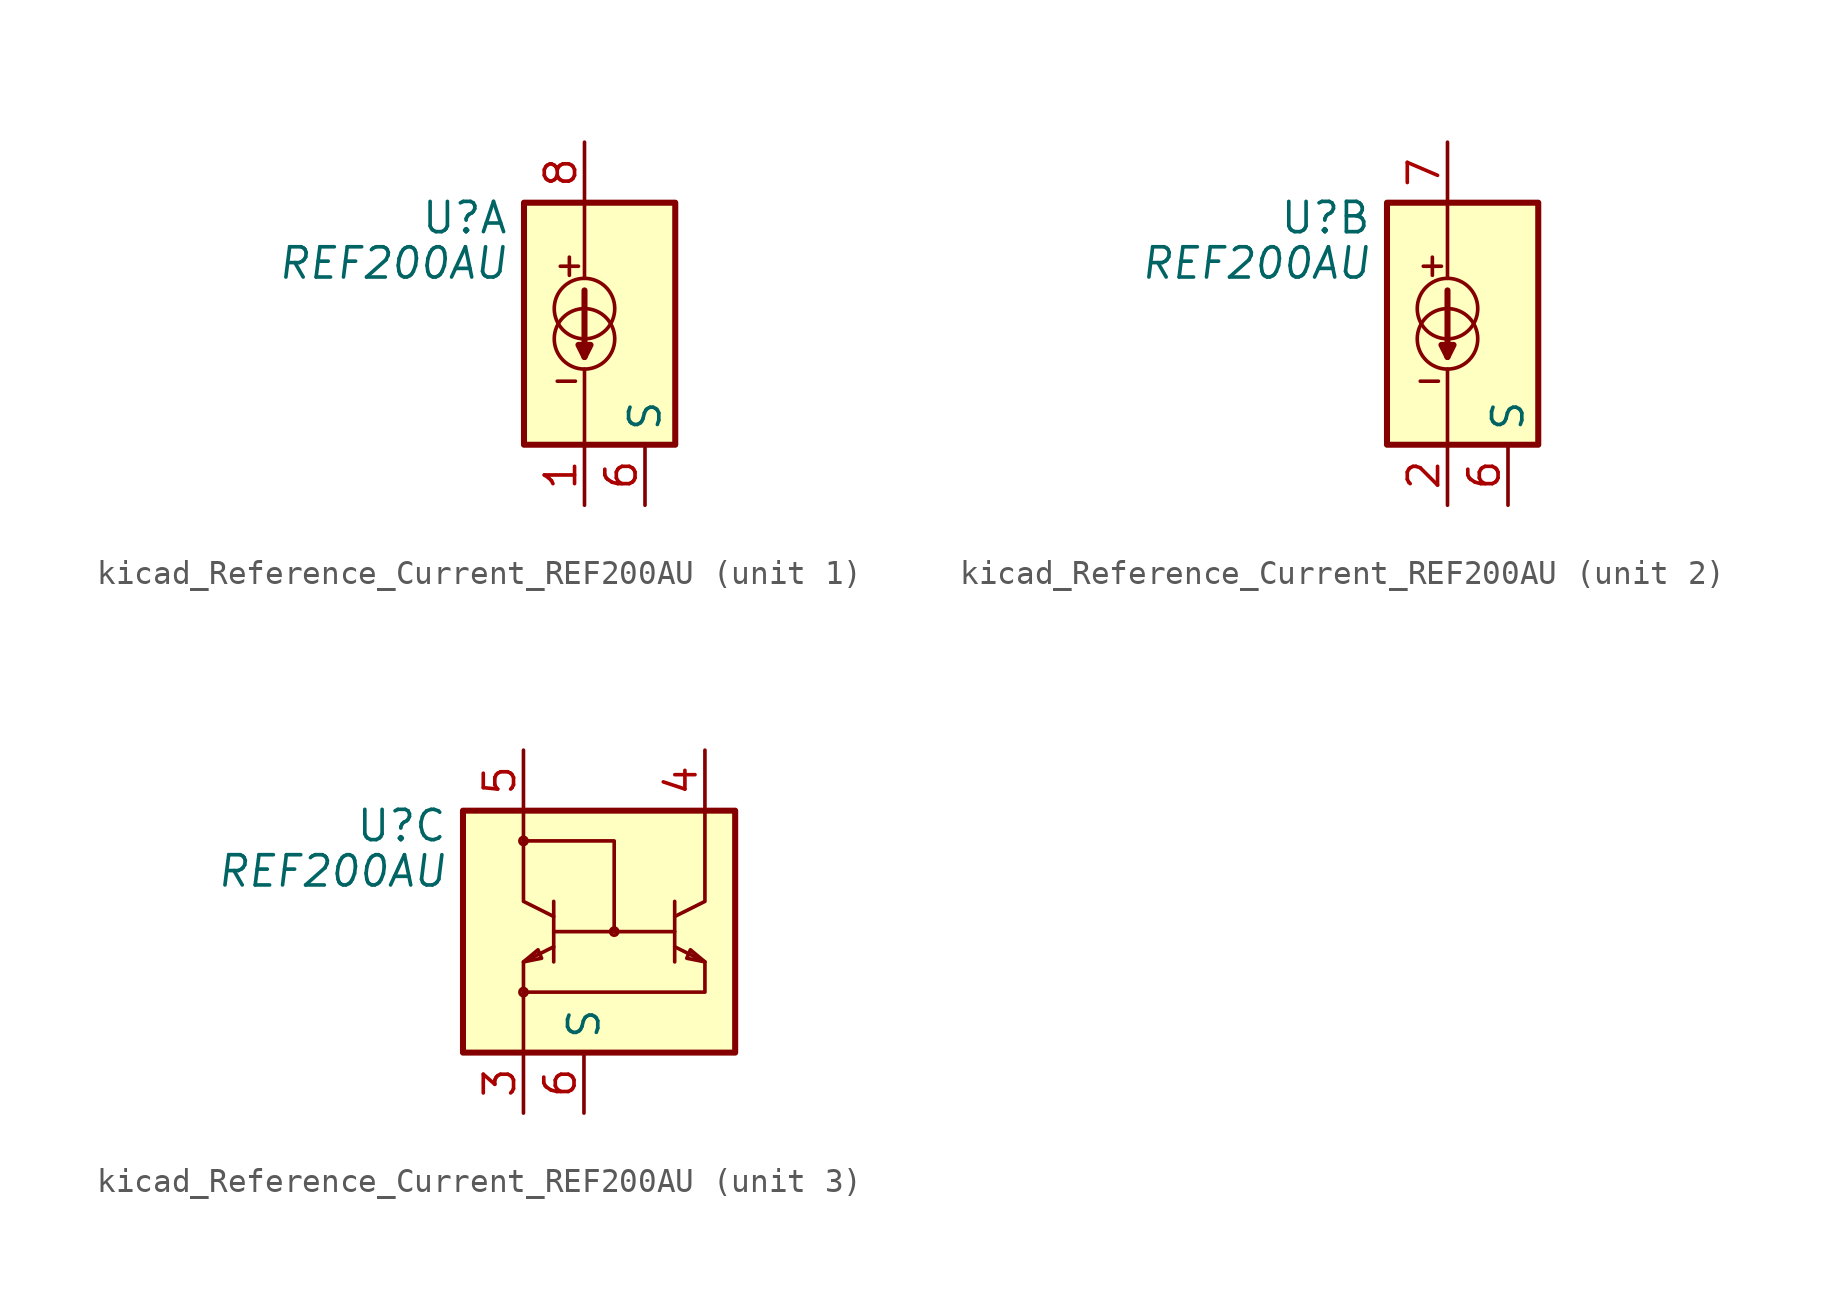
<source format=kicad_sym>
(kicad_symbol_lib
  (version 20220914)
  (generator kicad_symbol_editor)
  (symbol "kicad_Reference_Current_REF200AU"
    (property "Reference" "U"
      (at -3.175 4.445 0)
      (effects (font (size 1.27 1.27)) (justify right)))
    (property "Value" "REF200AU"
      (at -3.175 2.54 0)
      (effects (font (size 1.27 1.27) italic) (justify right)))
    (property "ki_locked" ""
      (at 0 0 0)
      (effects (font (size 1.27 1.27))))
    (symbol "kicad_Reference_Current_REF200AU_0_1"
      (pin passive line (at 2.54 -7.62 90) (length 2.54) (name "S" (effects (font (size 1.27 1.27)))) (number "6" (effects (font (size 1.27 1.27))))))
    (symbol "kicad_Reference_Current_REF200AU_1_1"
      (rectangle (start -2.54 5.08) (end 3.81 -5.08) (stroke (width 0.254) (type default)) (fill (type background)))
      (circle (center 0 -0.635) (radius 1.27) (stroke (width 0) (type default)) (fill (type none)))
      (polyline (pts (xy -1.143 -2.413) (xy -0.381 -2.413)) (stroke (width 0) (type default)) (fill (type none)))
      (polyline (pts (xy -1.016 2.413) (xy -0.254 2.413)) (stroke (width 0) (type default)) (fill (type none)))
      (polyline (pts (xy -0.635 2.794) (xy -0.635 2.032)) (stroke (width 0) (type default)) (fill (type none)))
      (polyline (pts (xy 0 -1.905) (xy 0 -5.08)) (stroke (width 0) (type default)) (fill (type none)))
      (polyline (pts (xy 0 1.397) (xy 0 -1.397)) (stroke (width 0.254) (type default)) (fill (type none)))
      (polyline (pts (xy 0 5.08) (xy 0 1.905)) (stroke (width 0) (type default)) (fill (type none)))
      (polyline (pts (xy 0 -1.397) (xy -0.254 -0.889) (xy 0.254 -0.889) (xy 0 -1.397)) (stroke (width 0.254) (type default)) (fill (type none)))
      (circle (center 0 0.635) (radius 1.27) (stroke (width 0) (type default)) (fill (type none)))
      (pin passive line (at 0 -7.62 90) (length 2.54) (name "~" (effects (font (size 1.27 1.27)))) (number "1" (effects (font (size 1.27 1.27)))))
      (pin passive line (at 0 7.62 270) (length 2.54) (name "~" (effects (font (size 1.27 1.27)))) (number "8" (effects (font (size 1.27 1.27))))))
    (symbol "kicad_Reference_Current_REF200AU_2_1"
      (rectangle (start -2.54 5.08) (end 3.81 -5.08) (stroke (width 0.254) (type default)) (fill (type background)))
      (circle (center 0 -0.635) (radius 1.27) (stroke (width 0) (type default)) (fill (type none)))
      (polyline (pts (xy -1.143 -2.413) (xy -0.381 -2.413)) (stroke (width 0) (type default)) (fill (type none)))
      (polyline (pts (xy -1.016 2.413) (xy -0.254 2.413)) (stroke (width 0) (type default)) (fill (type none)))
      (polyline (pts (xy -0.635 2.794) (xy -0.635 2.032)) (stroke (width 0) (type default)) (fill (type none)))
      (polyline (pts (xy 0 -1.905) (xy 0 -5.08)) (stroke (width 0) (type default)) (fill (type none)))
      (polyline (pts (xy 0 1.397) (xy 0 -1.397)) (stroke (width 0.254) (type default)) (fill (type none)))
      (polyline (pts (xy 0 5.08) (xy 0 1.905)) (stroke (width 0) (type default)) (fill (type none)))
      (polyline (pts (xy 0 -1.397) (xy -0.254 -0.889) (xy 0.254 -0.889) (xy 0 -1.397)) (stroke (width 0.254) (type default)) (fill (type none)))
      (circle (center 0 0.635) (radius 1.27) (stroke (width 0) (type default)) (fill (type none)))
      (pin passive line (at 0 -7.62 90) (length 2.54) (name "~" (effects (font (size 1.27 1.27)))) (number "2" (effects (font (size 1.27 1.27)))))
      (pin passive line (at 0 7.62 270) (length 2.54) (name "~" (effects (font (size 1.27 1.27)))) (number "7" (effects (font (size 1.27 1.27))))))
    (symbol "kicad_Reference_Current_REF200AU_3_1"
      (rectangle (start -2.54 5.08) (end 8.89 -5.08) (stroke (width 0.254) (type default)) (fill (type background)))
      (circle (center 0 -2.54) (radius 0.152) (stroke (width 0) (type default)) (fill (type none)))
      (polyline (pts (xy 0 3.81) (xy 0 5.08)) (stroke (width 0) (type default)) (fill (type none)))
      (polyline (pts (xy 1.27 -1.27) (xy 1.27 1.27)) (stroke (width 0) (type default)) (fill (type none)))
      (polyline (pts (xy 1.27 0) (xy 6.35 0)) (stroke (width 0) (type default)) (fill (type none)))
      (polyline (pts (xy 6.35 1.27) (xy 6.35 -1.27)) (stroke (width 0) (type default)) (fill (type none)))
      (polyline (pts (xy 0 -5.08) (xy 0 -1.27) (xy 1.27 -0.635)) (stroke (width 0) (type default)) (fill (type none)))
      (polyline (pts (xy 0 3.81) (xy 3.81 3.81) (xy 3.81 0)) (stroke (width 0) (type default)) (fill (type none)))
      (polyline (pts (xy 1.27 0.635) (xy 0 1.27) (xy 0 3.81)) (stroke (width 0) (type default)) (fill (type none)))
      (polyline (pts (xy 7.62 5.08) (xy 7.62 1.27) (xy 6.35 0.635)) (stroke (width 0) (type default)) (fill (type none)))
      (polyline (pts (xy 0 -1.27) (xy 0.61 -0.762) (xy 0.762 -1.118) (xy 0 -1.27)) (stroke (width 0) (type default)) (fill (type none)))
      (polyline (pts (xy 6.35 -0.635) (xy 7.62 -1.27) (xy 7.62 -2.54) (xy 0 -2.54)) (stroke (width 0) (type default)) (fill (type none)))
      (polyline (pts (xy 7.62 -1.27) (xy 7.01 -0.762) (xy 6.858 -1.118) (xy 7.62 -1.27)) (stroke (width 0) (type default)) (fill (type none)))
      (circle (center 0 3.81) (radius 0.152) (stroke (width 0) (type default)) (fill (type none)))
      (circle (center 3.81 0) (radius 0.152) (stroke (width 0) (type default)) (fill (type none)))
      (pin passive line (at 0 -7.62 90) (length 2.54) (name "~" (effects (font (size 1.27 1.27)))) (number "3" (effects (font (size 1.27 1.27)))))
      (pin passive line (at 7.62 7.62 270) (length 2.54) (name "~" (effects (font (size 1.27 1.27)))) (number "4" (effects (font (size 1.27 1.27)))))
      (pin passive line (at 0 7.62 270) (length 2.54) (name "~" (effects (font (size 1.27 1.27)))) (number "5" (effects (font (size 1.27 1.27))))))))
</source>
